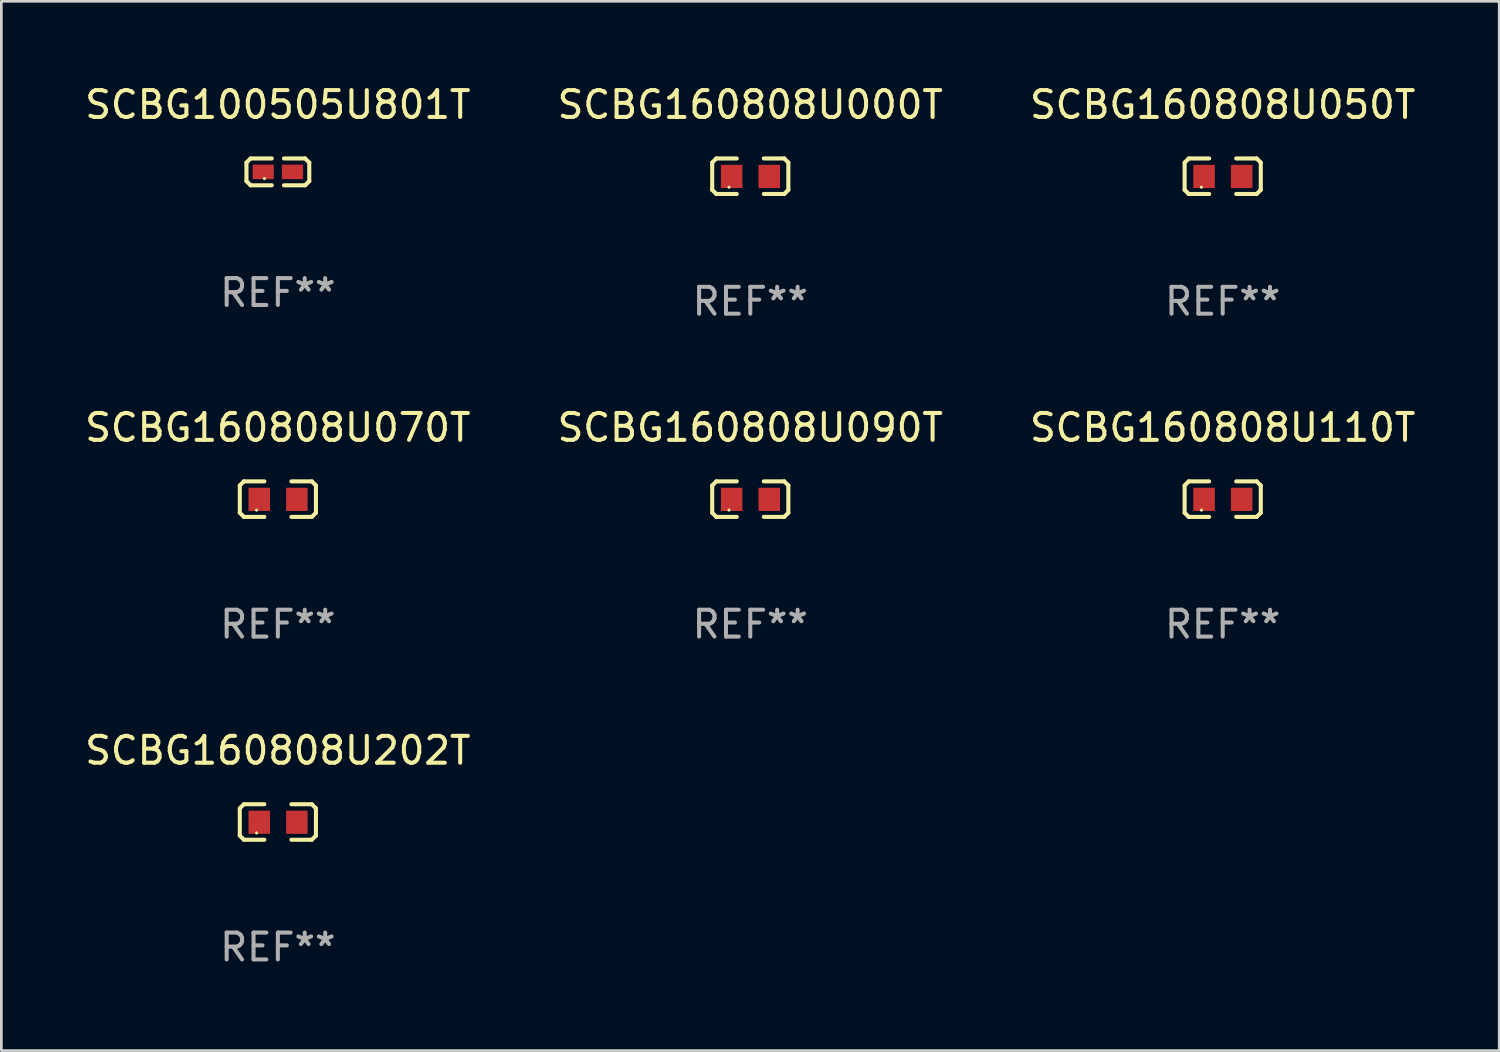
<source format=kicad_pcb>
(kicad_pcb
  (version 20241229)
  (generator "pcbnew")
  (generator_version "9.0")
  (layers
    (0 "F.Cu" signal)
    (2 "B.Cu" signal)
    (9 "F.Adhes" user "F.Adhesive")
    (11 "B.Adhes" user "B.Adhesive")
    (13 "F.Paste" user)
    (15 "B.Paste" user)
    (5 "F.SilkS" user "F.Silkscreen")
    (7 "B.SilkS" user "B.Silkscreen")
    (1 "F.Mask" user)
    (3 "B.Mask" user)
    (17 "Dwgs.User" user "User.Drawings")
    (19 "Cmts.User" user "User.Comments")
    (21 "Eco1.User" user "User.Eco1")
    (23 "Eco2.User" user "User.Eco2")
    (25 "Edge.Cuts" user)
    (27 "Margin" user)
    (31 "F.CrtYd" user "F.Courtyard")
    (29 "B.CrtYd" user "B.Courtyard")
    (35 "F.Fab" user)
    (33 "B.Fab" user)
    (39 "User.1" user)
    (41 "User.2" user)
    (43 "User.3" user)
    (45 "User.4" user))
  (footprint "SCBG160808U110T"
    (layer "F.Cu")
    (at 42.458 15.527)
    (property "Reference" "SCBG160808U110T" (at 0 -2.661 0) (layer "F.SilkS") (effects (font (size 1 1) (thickness 0.15))))
    (attr through_hole)
    (fp_line (start -1.417 -0.508) (end -1.265 -0.661) (stroke (width 0.152) (type solid)) (layer "F.SilkS"))
    (fp_line (start -1.417 0.508) (end -1.417 -0.508) (stroke (width 0.152) (type solid)) (layer "F.SilkS"))
    (fp_line (start -1.265 -0.661) (end -0.503 -0.661) (stroke (width 0.152) (type solid)) (layer "F.SilkS"))
    (fp_line (start -1.265 0.661) (end -1.417 0.508) (stroke (width 0.152) (type solid)) (layer "F.SilkS"))
    (fp_line (start -1.265 0.661) (end -0.503 0.661) (stroke (width 0.152) (type solid)) (layer "F.SilkS"))
    (fp_line (start 1.265 -0.661) (end 0.503 -0.661) (stroke (width 0.152) (type solid)) (layer "F.SilkS"))
    (fp_line (start 1.265 -0.661) (end 1.417 -0.508) (stroke (width 0.152) (type solid)) (layer "F.SilkS"))
    (fp_line (start 1.265 0.661) (end 0.503 0.661) (stroke (width 0.152) (type solid)) (layer "F.SilkS"))
    (fp_line (start 1.417 -0.508) (end 1.417 0.508) (stroke (width 0.152) (type solid)) (layer "F.SilkS"))
    (fp_line (start 1.417 0.508) (end 1.265 0.661) (stroke (width 0.152) (type solid)) (layer "F.SilkS"))
    (fp_circle (center -0.793 0.409) (end -0.763 0.409) (stroke (width 0.06) (type solid)) (fill no) (layer "F.SilkS"))
    (fp_text user "REF**" (at 0 4.661 0) (layer "F.Fab") (effects (font (size 1 1) (thickness 0.15))))
    (pad "1" smd rect (at -0.693 0.009 180) (size 0.8 0.864) (layers "F.Cu" "F.Mask" "F.Paste"))
    (pad "2" smd rect (at 0.707 0.009 180) (size 0.8 0.864) (layers "F.Cu" "F.Mask" "F.Paste")))
  (footprint "SCBG160808U070T"
    (layer "F.Cu")
    (at 7.292 15.527)
    (property "Reference" "SCBG160808U070T" (at 0 -2.661 0) (layer "F.SilkS") (effects (font (size 1 1) (thickness 0.15))))
    (attr through_hole)
    (fp_line (start -1.417 -0.508) (end -1.265 -0.661) (stroke (width 0.152) (type solid)) (layer "F.SilkS"))
    (fp_line (start -1.417 0.508) (end -1.417 -0.508) (stroke (width 0.152) (type solid)) (layer "F.SilkS"))
    (fp_line (start -1.265 -0.661) (end -0.503 -0.661) (stroke (width 0.152) (type solid)) (layer "F.SilkS"))
    (fp_line (start -1.265 0.661) (end -1.417 0.508) (stroke (width 0.152) (type solid)) (layer "F.SilkS"))
    (fp_line (start -1.265 0.661) (end -0.503 0.661) (stroke (width 0.152) (type solid)) (layer "F.SilkS"))
    (fp_line (start 1.265 -0.661) (end 0.503 -0.661) (stroke (width 0.152) (type solid)) (layer "F.SilkS"))
    (fp_line (start 1.265 -0.661) (end 1.417 -0.508) (stroke (width 0.152) (type solid)) (layer "F.SilkS"))
    (fp_line (start 1.265 0.661) (end 0.503 0.661) (stroke (width 0.152) (type solid)) (layer "F.SilkS"))
    (fp_line (start 1.417 -0.508) (end 1.417 0.508) (stroke (width 0.152) (type solid)) (layer "F.SilkS"))
    (fp_line (start 1.417 0.508) (end 1.265 0.661) (stroke (width 0.152) (type solid)) (layer "F.SilkS"))
    (fp_circle (center -0.793 0.409) (end -0.763 0.409) (stroke (width 0.06) (type solid)) (fill no) (layer "F.SilkS"))
    (fp_text user "REF**" (at 0 4.661 0) (layer "F.Fab") (effects (font (size 1 1) (thickness 0.15))))
    (pad "1" smd rect (at -0.693 0.009 180) (size 0.8 0.864) (layers "F.Cu" "F.Mask" "F.Paste"))
    (pad "2" smd rect (at 0.707 0.009 180) (size 0.8 0.864) (layers "F.Cu" "F.Mask" "F.Paste")))
  (footprint "SCBG160808U090T"
    (layer "F.Cu")
    (at 24.875 15.527)
    (property "Reference" "SCBG160808U090T" (at 0 -2.661 0) (layer "F.SilkS") (effects (font (size 1 1) (thickness 0.15))))
    (attr through_hole)
    (fp_line (start -1.417 -0.508) (end -1.265 -0.661) (stroke (width 0.152) (type solid)) (layer "F.SilkS"))
    (fp_line (start -1.417 0.508) (end -1.417 -0.508) (stroke (width 0.152) (type solid)) (layer "F.SilkS"))
    (fp_line (start -1.265 -0.661) (end -0.503 -0.661) (stroke (width 0.152) (type solid)) (layer "F.SilkS"))
    (fp_line (start -1.265 0.661) (end -1.417 0.508) (stroke (width 0.152) (type solid)) (layer "F.SilkS"))
    (fp_line (start -1.265 0.661) (end -0.503 0.661) (stroke (width 0.152) (type solid)) (layer "F.SilkS"))
    (fp_line (start 1.265 -0.661) (end 0.503 -0.661) (stroke (width 0.152) (type solid)) (layer "F.SilkS"))
    (fp_line (start 1.265 -0.661) (end 1.417 -0.508) (stroke (width 0.152) (type solid)) (layer "F.SilkS"))
    (fp_line (start 1.265 0.661) (end 0.503 0.661) (stroke (width 0.152) (type solid)) (layer "F.SilkS"))
    (fp_line (start 1.417 -0.508) (end 1.417 0.508) (stroke (width 0.152) (type solid)) (layer "F.SilkS"))
    (fp_line (start 1.417 0.508) (end 1.265 0.661) (stroke (width 0.152) (type solid)) (layer "F.SilkS"))
    (fp_circle (center -0.793 0.409) (end -0.763 0.409) (stroke (width 0.06) (type solid)) (fill no) (layer "F.SilkS"))
    (fp_text user "REF**" (at 0 4.661 0) (layer "F.Fab") (effects (font (size 1 1) (thickness 0.15))))
    (pad "1" smd rect (at -0.693 0.009 180) (size 0.8 0.864) (layers "F.Cu" "F.Mask" "F.Paste"))
    (pad "2" smd rect (at 0.707 0.009 180) (size 0.8 0.864) (layers "F.Cu" "F.Mask" "F.Paste")))
  (footprint "SCBG160808U050T"
    (layer "F.Cu")
    (at 42.458 3.509)
    (property "Reference" "SCBG160808U050T" (at 0 -2.661 0) (layer "F.SilkS") (effects (font (size 1 1) (thickness 0.15))))
    (attr through_hole)
    (fp_line (start -1.417 -0.508) (end -1.265 -0.661) (stroke (width 0.152) (type solid)) (layer "F.SilkS"))
    (fp_line (start -1.417 0.508) (end -1.417 -0.508) (stroke (width 0.152) (type solid)) (layer "F.SilkS"))
    (fp_line (start -1.265 -0.661) (end -0.503 -0.661) (stroke (width 0.152) (type solid)) (layer "F.SilkS"))
    (fp_line (start -1.265 0.661) (end -1.417 0.508) (stroke (width 0.152) (type solid)) (layer "F.SilkS"))
    (fp_line (start -1.265 0.661) (end -0.503 0.661) (stroke (width 0.152) (type solid)) (layer "F.SilkS"))
    (fp_line (start 1.265 -0.661) (end 0.503 -0.661) (stroke (width 0.152) (type solid)) (layer "F.SilkS"))
    (fp_line (start 1.265 -0.661) (end 1.417 -0.508) (stroke (width 0.152) (type solid)) (layer "F.SilkS"))
    (fp_line (start 1.265 0.661) (end 0.503 0.661) (stroke (width 0.152) (type solid)) (layer "F.SilkS"))
    (fp_line (start 1.417 -0.508) (end 1.417 0.508) (stroke (width 0.152) (type solid)) (layer "F.SilkS"))
    (fp_line (start 1.417 0.508) (end 1.265 0.661) (stroke (width 0.152) (type solid)) (layer "F.SilkS"))
    (fp_circle (center -0.793 0.409) (end -0.763 0.409) (stroke (width 0.06) (type solid)) (fill no) (layer "F.SilkS"))
    (fp_text user "REF**" (at 0 4.661 0) (layer "F.Fab") (effects (font (size 1 1) (thickness 0.15))))
    (pad "1" smd rect (at -0.693 0.009 180) (size 0.8 0.864) (layers "F.Cu" "F.Mask" "F.Paste"))
    (pad "2" smd rect (at 0.707 0.009 180) (size 0.8 0.864) (layers "F.Cu" "F.Mask" "F.Paste")))
  (footprint "SCBG100505U801T"
    (layer "F.Cu")
    (at 7.292 3.347)
    (property "Reference" "SCBG100505U801T" (at 0 -2.499 0) (layer "F.SilkS") (effects (font (size 1 1) (thickness 0.15))))
    (attr through_hole)
    (fp_line (start -1.169 -0.346) (end -1.016 -0.499) (stroke (width 0.152) (type solid)) (layer "F.SilkS"))
    (fp_line (start -1.169 0.346) (end -1.169 -0.346) (stroke (width 0.152) (type solid)) (layer "F.SilkS"))
    (fp_line (start -1.016 -0.499) (end -0.226 -0.499) (stroke (width 0.152) (type solid)) (layer "F.SilkS"))
    (fp_line (start -1.016 0.499) (end -1.169 0.346) (stroke (width 0.152) (type solid)) (layer "F.SilkS"))
    (fp_line (start -0.226 0.499) (end -1.016 0.499) (stroke (width 0.152) (type solid)) (layer "F.SilkS"))
    (fp_line (start 0.226 0.499) (end 1.016 0.499) (stroke (width 0.152) (type solid)) (layer "F.SilkS"))
    (fp_line (start 1.016 -0.499) (end 0.226 -0.499) (stroke (width 0.152) (type solid)) (layer "F.SilkS"))
    (fp_line (start 1.016 0.499) (end 1.169 0.346) (stroke (width 0.152) (type solid)) (layer "F.SilkS"))
    (fp_line (start 1.169 -0.346) (end 1.016 -0.499) (stroke (width 0.152) (type solid)) (layer "F.SilkS"))
    (fp_line (start 1.169 0.346) (end 1.169 -0.346) (stroke (width 0.152) (type solid)) (layer "F.SilkS"))
    (fp_circle (center -0.5 0.25) (end -0.47 0.25) (stroke (width 0.06) (type solid)) (fill no) (layer "F.SilkS"))
    (fp_text user "REF**" (at 0 4.499 0) (layer "F.Fab") (effects (font (size 1 1) (thickness 0.15))))
    (pad "1" smd rect (at -0.545 0) (size 0.79 0.54) (layers "F.Cu" "F.Mask" "F.Paste"))
    (pad "2" smd rect (at 0.545 0) (size 0.79 0.54) (layers "F.Cu" "F.Mask" "F.Paste")))
  (footprint "SCBG160808U202T"
    (layer "F.Cu")
    (at 7.292 27.544)
    (property "Reference" "SCBG160808U202T" (at 0 -2.661 0) (layer "F.SilkS") (effects (font (size 1 1) (thickness 0.15))))
    (attr through_hole)
    (fp_line (start -1.417 -0.508) (end -1.265 -0.661) (stroke (width 0.152) (type solid)) (layer "F.SilkS"))
    (fp_line (start -1.417 0.508) (end -1.417 -0.508) (stroke (width 0.152) (type solid)) (layer "F.SilkS"))
    (fp_line (start -1.265 -0.661) (end -0.503 -0.661) (stroke (width 0.152) (type solid)) (layer "F.SilkS"))
    (fp_line (start -1.265 0.661) (end -1.417 0.508) (stroke (width 0.152) (type solid)) (layer "F.SilkS"))
    (fp_line (start -1.265 0.661) (end -0.503 0.661) (stroke (width 0.152) (type solid)) (layer "F.SilkS"))
    (fp_line (start 1.265 -0.661) (end 0.503 -0.661) (stroke (width 0.152) (type solid)) (layer "F.SilkS"))
    (fp_line (start 1.265 -0.661) (end 1.417 -0.508) (stroke (width 0.152) (type solid)) (layer "F.SilkS"))
    (fp_line (start 1.265 0.661) (end 0.503 0.661) (stroke (width 0.152) (type solid)) (layer "F.SilkS"))
    (fp_line (start 1.417 -0.508) (end 1.417 0.508) (stroke (width 0.152) (type solid)) (layer "F.SilkS"))
    (fp_line (start 1.417 0.508) (end 1.265 0.661) (stroke (width 0.152) (type solid)) (layer "F.SilkS"))
    (fp_circle (center -0.793 0.409) (end -0.763 0.409) (stroke (width 0.06) (type solid)) (fill no) (layer "F.SilkS"))
    (fp_text user "REF**" (at 0 4.661 0) (layer "F.Fab") (effects (font (size 1 1) (thickness 0.15))))
    (pad "1" smd rect (at -0.693 0.009 180) (size 0.8 0.864) (layers "F.Cu" "F.Mask" "F.Paste"))
    (pad "2" smd rect (at 0.707 0.009 180) (size 0.8 0.864) (layers "F.Cu" "F.Mask" "F.Paste")))
  (footprint "SCBG160808U000T"
    (layer "F.Cu")
    (at 24.875 3.509)
    (property "Reference" "SCBG160808U000T" (at 0 -2.661 0) (layer "F.SilkS") (effects (font (size 1 1) (thickness 0.15))))
    (attr through_hole)
    (fp_line (start -1.417 -0.508) (end -1.265 -0.661) (stroke (width 0.152) (type solid)) (layer "F.SilkS"))
    (fp_line (start -1.417 0.508) (end -1.417 -0.508) (stroke (width 0.152) (type solid)) (layer "F.SilkS"))
    (fp_line (start -1.265 -0.661) (end -0.503 -0.661) (stroke (width 0.152) (type solid)) (layer "F.SilkS"))
    (fp_line (start -1.265 0.661) (end -1.417 0.508) (stroke (width 0.152) (type solid)) (layer "F.SilkS"))
    (fp_line (start -1.265 0.661) (end -0.503 0.661) (stroke (width 0.152) (type solid)) (layer "F.SilkS"))
    (fp_line (start 1.265 -0.661) (end 0.503 -0.661) (stroke (width 0.152) (type solid)) (layer "F.SilkS"))
    (fp_line (start 1.265 -0.661) (end 1.417 -0.508) (stroke (width 0.152) (type solid)) (layer "F.SilkS"))
    (fp_line (start 1.265 0.661) (end 0.503 0.661) (stroke (width 0.152) (type solid)) (layer "F.SilkS"))
    (fp_line (start 1.417 -0.508) (end 1.417 0.508) (stroke (width 0.152) (type solid)) (layer "F.SilkS"))
    (fp_line (start 1.417 0.508) (end 1.265 0.661) (stroke (width 0.152) (type solid)) (layer "F.SilkS"))
    (fp_circle (center -0.793 0.409) (end -0.763 0.409) (stroke (width 0.06) (type solid)) (fill no) (layer "F.SilkS"))
    (fp_text user "REF**" (at 0 4.661 0) (layer "F.Fab") (effects (font (size 1 1) (thickness 0.15))))
    (pad "1" smd rect (at -0.693 0.009 180) (size 0.8 0.864) (layers "F.Cu" "F.Mask" "F.Paste"))
    (pad "2" smd rect (at 0.707 0.009 180) (size 0.8 0.864) (layers "F.Cu" "F.Mask" "F.Paste")))
  (gr_rect
    (start -3 -3)
    (end 52.75 36.053)
    (stroke (width 0.1) (type default))
    (fill no)
    (layer "Edge.Cuts")))
</source>
